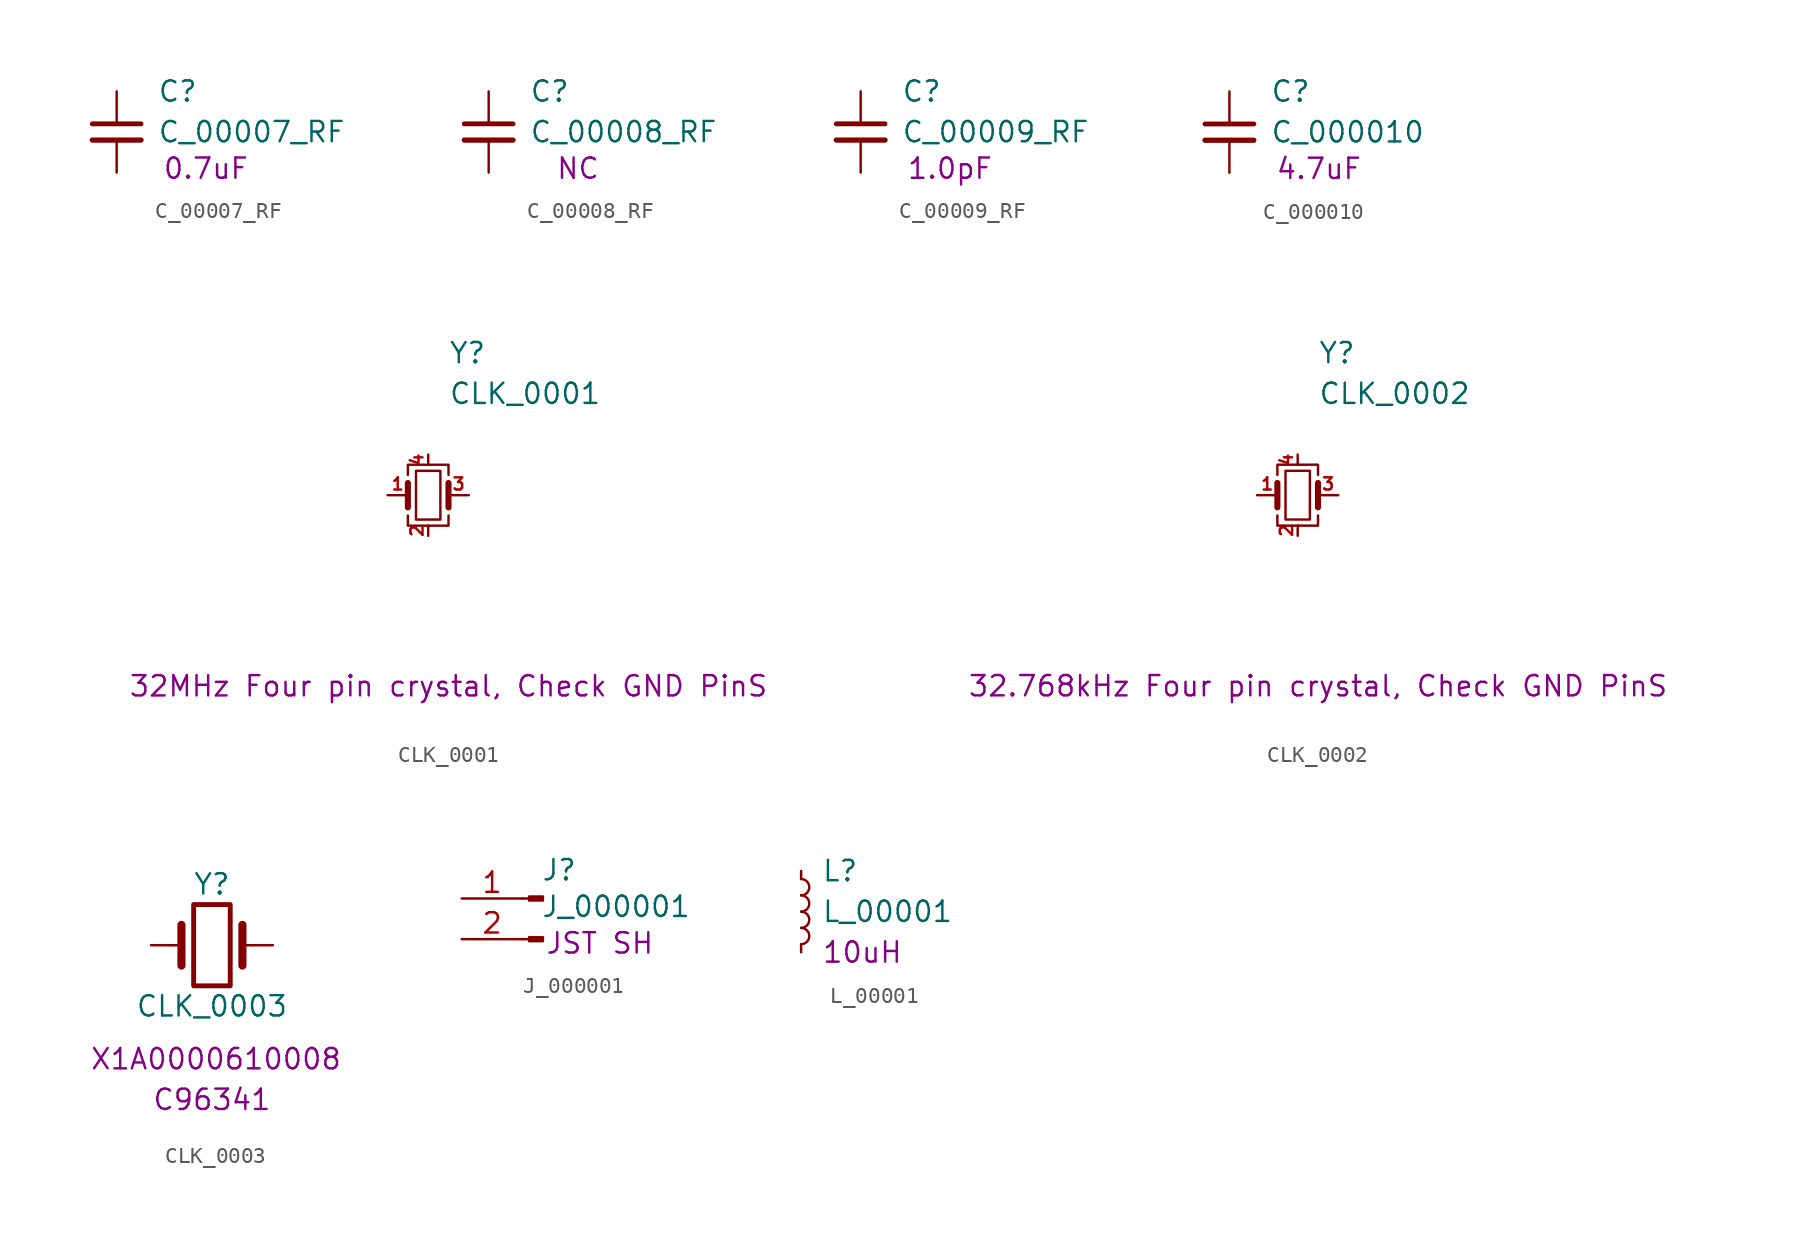
<source format=kicad_sym>
(kicad_symbol_lib
  (version 20231120)
  (generator "kicad_symbol_editor")
  (generator_version "8.0")
  (symbol "C_00007_RF"
    (pin_numbers hide)
    (pin_names
      (offset 0.254))
    (property "Reference" "C"
      (at 2.54 2.54 0)
      (do_not_autoplace)
      (effects (font (size 1.27 1.27)) (justify left)))
    (property "Value" "C_00007_RF"
      (at 2.54 0 0)
      (do_not_autoplace)
      (effects (font (size 1.27 1.27)) (justify left)))
    (property "Description" "0.7uF"
      (at 5.588 -2.286 0)
      (do_not_autoplace)
      (effects (font (size 1.27 1.27))))
    (property "Desc" ""
      (at 2.54 -2.54 0)
      (do_not_autoplace)
      (effects (font (size 1.27 1.27)) (justify left)))
    (symbol "C_00007_RF_0_1"
      (polyline (pts (xy -1.524 -0.508) (xy 1.524 -0.508)) (stroke (width 0.33) (type default)) (fill (type none)))
      (polyline (pts (xy -1.524 0.508) (xy 1.524 0.508)) (stroke (width 0.305) (type default)) (fill (type none))))
    (symbol "C_00007_RF_1_1"
      (pin passive line (at 0 2.54 270) (length 2.032) (name "~" (effects (font (size 1.27 1.27)))) (number "1" (effects (font (size 1.27 1.27)))))
      (pin passive line (at 0 -2.54 90) (length 2.032) (name "~" (effects (font (size 1.27 1.27)))) (number "2" (effects (font (size 1.27 1.27)))))))
  (symbol "C_00008_RF"
    (pin_numbers hide)
    (pin_names
      (offset 0.254))
    (property "Reference" "C"
      (at 2.54 2.54 0)
      (do_not_autoplace)
      (effects (font (size 1.27 1.27)) (justify left)))
    (property "Value" "C_00008_RF"
      (at 2.54 0 0)
      (do_not_autoplace)
      (effects (font (size 1.27 1.27)) (justify left)))
    (property "Description" "NC"
      (at 5.588 -2.286 0)
      (do_not_autoplace)
      (effects (font (size 1.27 1.27))))
    (property "Desc" ""
      (at 2.54 -2.54 0)
      (do_not_autoplace)
      (effects (font (size 1.27 1.27)) (justify left)))
    (symbol "C_00008_RF_0_1"
      (polyline (pts (xy -1.524 -0.508) (xy 1.524 -0.508)) (stroke (width 0.33) (type default)) (fill (type none)))
      (polyline (pts (xy -1.524 0.508) (xy 1.524 0.508)) (stroke (width 0.305) (type default)) (fill (type none))))
    (symbol "C_00008_RF_1_1"
      (pin passive line (at 0 2.54 270) (length 2.032) (name "~" (effects (font (size 1.27 1.27)))) (number "1" (effects (font (size 1.27 1.27)))))
      (pin passive line (at 0 -2.54 90) (length 2.032) (name "~" (effects (font (size 1.27 1.27)))) (number "2" (effects (font (size 1.27 1.27)))))))
  (symbol "C_00009_RF"
    (pin_numbers hide)
    (pin_names
      (offset 0.254))
    (property "Reference" "C"
      (at 2.54 2.54 0)
      (do_not_autoplace)
      (effects (font (size 1.27 1.27)) (justify left)))
    (property "Value" "C_00009_RF"
      (at 2.54 0 0)
      (do_not_autoplace)
      (effects (font (size 1.27 1.27)) (justify left)))
    (property "Description" "1.0pF"
      (at 5.588 -2.286 0)
      (do_not_autoplace)
      (effects (font (size 1.27 1.27))))
    (property "Desc" ""
      (at 2.54 -2.54 0)
      (do_not_autoplace)
      (effects (font (size 1.27 1.27)) (justify left)))
    (symbol "C_00009_RF_0_1"
      (polyline (pts (xy -1.524 -0.508) (xy 1.524 -0.508)) (stroke (width 0.33) (type default)) (fill (type none)))
      (polyline (pts (xy -1.524 0.508) (xy 1.524 0.508)) (stroke (width 0.305) (type default)) (fill (type none))))
    (symbol "C_00009_RF_1_1"
      (pin passive line (at 0 2.54 270) (length 2.032) (name "~" (effects (font (size 1.27 1.27)))) (number "1" (effects (font (size 1.27 1.27)))))
      (pin passive line (at 0 -2.54 90) (length 2.032) (name "~" (effects (font (size 1.27 1.27)))) (number "2" (effects (font (size 1.27 1.27)))))))
  (symbol "C_000010"
    (pin_numbers hide)
    (pin_names
      (offset 0.254))
    (property "Reference" "C"
      (at 2.54 2.54 0)
      (do_not_autoplace)
      (effects (font (size 1.27 1.27)) (justify left)))
    (property "Value" "C_000010"
      (at 2.54 0 0)
      (do_not_autoplace)
      (effects (font (size 1.27 1.27)) (justify left)))
    (property "Description" "4.7uF"
      (at 5.588 -2.286 0)
      (do_not_autoplace)
      (effects (font (size 1.27 1.27))))
    (property "Desc" ""
      (at 2.54 -2.54 0)
      (do_not_autoplace)
      (effects (font (size 1.27 1.27)) (justify left)))
    (symbol "C_000010_0_1"
      (polyline (pts (xy -1.524 -0.508) (xy 1.524 -0.508)) (stroke (width 0.33) (type default)) (fill (type none)))
      (polyline (pts (xy -1.524 0.508) (xy 1.524 0.508)) (stroke (width 0.305) (type default)) (fill (type none))))
    (symbol "C_000010_1_1"
      (pin passive line (at 0 2.54 270) (length 2.032) (name "~" (effects (font (size 1.27 1.27)))) (number "1" (effects (font (size 1.27 1.27)))))
      (pin passive line (at 0 -2.54 90) (length 2.032) (name "~" (effects (font (size 1.27 1.27)))) (number "2" (effects (font (size 1.27 1.27)))))))
  (symbol "CLK_0001"
    (pin_names
      (offset 1.016) hide)
    (property "Reference" "Y"
      (at 1.27 8.89 0)
      (effects (font (size 1.27 1.27)) (justify left)))
    (property "Value" "CLK_0001"
      (at 1.27 6.35 0)
      (effects (font (size 1.27 1.27)) (justify left)))
    (property "Description" "32MHz Four pin crystal, Check GND PinS"
      (at 1.27 -11.938 0)
      (effects (font (size 1.27 1.27))))
    (property "Desc" ""
      (at 1.27 3.81 0)
      (effects (font (size 1.27 1.27)) (justify left)))
    (symbol "CLK_0001_0_1"
      (rectangle (start -0.762 -1.524) (end 0.762 1.524) (stroke (width 0) (type default)) (fill (type none)))
      (polyline (pts (xy -1.27 -0.762) (xy -1.27 0.762)) (stroke (width 0.381) (type default)) (fill (type none)))
      (polyline (pts (xy 1.27 -0.762) (xy 1.27 0.762)) (stroke (width 0.381) (type default)) (fill (type none)))
      (polyline (pts (xy -1.27 -1.27) (xy -1.27 -1.905) (xy 1.27 -1.905) (xy 1.27 -1.27)) (stroke (width 0) (type default)) (fill (type none)))
      (polyline (pts (xy -1.27 1.27) (xy -1.27 1.905) (xy 1.27 1.905) (xy 1.27 1.27)) (stroke (width 0) (type default)) (fill (type none))))
    (symbol "CLK_0001_1_1"
      (pin passive line (at -2.54 0 0) (length 1.27) (name "1" (effects (font (size 1.27 1.27)))) (number "1" (effects (font (size 0.762 0.762)))))
      (pin passive line (at 0 -2.54 90) (length 0.635) (name "2" (effects (font (size 1.27 1.27)))) (number "2" (effects (font (size 0.762 0.762)))))
      (pin passive line (at 2.54 0 180) (length 1.27) (name "3" (effects (font (size 1.27 1.27)))) (number "3" (effects (font (size 0.762 0.762)))))
      (pin passive line (at 0 2.54 270) (length 0.635) (name "4" (effects (font (size 1.27 1.27)))) (number "4" (effects (font (size 0.762 0.762)))))))
  (symbol "CLK_0002"
    (pin_names
      (offset 1.016) hide)
    (property "Reference" "Y"
      (at 1.27 8.89 0)
      (effects (font (size 1.27 1.27)) (justify left)))
    (property "Value" "CLK_0002"
      (at 1.27 6.35 0)
      (effects (font (size 1.27 1.27)) (justify left)))
    (property "Description" "32.768kHz Four pin crystal, Check GND PinS"
      (at 1.27 -11.938 0)
      (effects (font (size 1.27 1.27))))
    (property "Desc" ""
      (at 1.27 3.81 0)
      (effects (font (size 1.27 1.27)) (justify left)))
    (symbol "CLK_0002_0_1"
      (rectangle (start -0.762 -1.524) (end 0.762 1.524) (stroke (width 0) (type default)) (fill (type none)))
      (polyline (pts (xy -1.27 -0.762) (xy -1.27 0.762)) (stroke (width 0.381) (type default)) (fill (type none)))
      (polyline (pts (xy 1.27 -0.762) (xy 1.27 0.762)) (stroke (width 0.381) (type default)) (fill (type none)))
      (polyline (pts (xy -1.27 -1.27) (xy -1.27 -1.905) (xy 1.27 -1.905) (xy 1.27 -1.27)) (stroke (width 0) (type default)) (fill (type none)))
      (polyline (pts (xy -1.27 1.27) (xy -1.27 1.905) (xy 1.27 1.905) (xy 1.27 1.27)) (stroke (width 0) (type default)) (fill (type none))))
    (symbol "CLK_0002_1_1"
      (pin passive line (at -2.54 0 0) (length 1.27) (name "1" (effects (font (size 1.27 1.27)))) (number "1" (effects (font (size 0.762 0.762)))))
      (pin passive line (at 0 -2.54 90) (length 0.635) (name "2" (effects (font (size 1.27 1.27)))) (number "2" (effects (font (size 0.762 0.762)))))
      (pin passive line (at 2.54 0 180) (length 1.27) (name "3" (effects (font (size 1.27 1.27)))) (number "3" (effects (font (size 0.762 0.762)))))
      (pin passive line (at 0 2.54 270) (length 0.635) (name "4" (effects (font (size 1.27 1.27)))) (number "4" (effects (font (size 0.762 0.762)))))))
  (symbol "CLK_0003"
    (pin_numbers hide)
    (pin_names
      (offset 1.016) hide)
    (property "Reference" "Y"
      (at 0 3.81 0)
      (effects (font (size 1.27 1.27))))
    (property "Value" "CLK_0003"
      (at 0 -3.81 0)
      (effects (font (size 1.27 1.27))))
    (property "MFN PNs" "X1A0000610008"
      (at 0.254 -7.112 0)
      (effects (font (size 1.27 1.27))))
    (property "LCSC PNs" "C96341"
      (at 0 -9.652 0)
      (effects (font (size 1.27 1.27))))
    (symbol "CLK_0003_0_1"
      (rectangle (start -1.143 2.54) (end 1.143 -2.54) (stroke (width 0.305) (type default)) (fill (type none)))
      (polyline (pts (xy -2.54 0) (xy -1.905 0)) (stroke (width 0) (type default)) (fill (type none)))
      (polyline (pts (xy -1.905 -1.27) (xy -1.905 1.27)) (stroke (width 0.508) (type default)) (fill (type none)))
      (polyline (pts (xy 1.905 -1.27) (xy 1.905 1.27)) (stroke (width 0.508) (type default)) (fill (type none)))
      (polyline (pts (xy 2.54 0) (xy 1.905 0)) (stroke (width 0) (type default)) (fill (type none))))
    (symbol "CLK_0003_1_1"
      (pin passive line (at -3.81 0 0) (length 1.27) (name "1" (effects (font (size 1.27 1.27)))) (number "1" (effects (font (size 1.27 1.27)))))
      (pin passive line (at 3.81 0 180) (length 1.27) (name "2" (effects (font (size 1.27 1.27)))) (number "2" (effects (font (size 1.27 1.27)))))))
  (symbol "J_000001"
    (property "Reference" "J"
      (at 4.826 6.858 0)
      (effects (font (size 1.27 1.27))))
    (property "Value" "J_000001"
      (at 8.382 4.572 0)
      (effects (font (size 1.27 1.27))))
    (property "Desc" "JST SH"
      (at 7.366 2.286 0)
      (effects (font (size 1.27 1.27))))
    (symbol "J_000001_1_1"
      (polyline (pts (xy 2.54 2.54) (xy 2.946 2.54)) (stroke (width 0.152) (type default)) (fill (type none)))
      (polyline (pts (xy 2.54 5.08) (xy 2.946 5.08)) (stroke (width 0.152) (type default)) (fill (type none)))
      (rectangle (start 2.946 2.667) (end 3.81 2.413) (stroke (width 0.152) (type default)) (fill (type outline)))
      (rectangle (start 3.81 4.953) (end 2.946 5.207) (stroke (width 0.152) (type default)) (fill (type outline)))
      (pin passive line (at -1.27 5.08 0) (length 3.81) (name "" (effects (font (size 1.27 1.27)))) (number "1" (effects (font (size 1.27 1.27)))))
      (pin passive line (at -1.27 2.54 0) (length 3.81) (name "" (effects (font (size 1.27 1.27)))) (number "2" (effects (font (size 1.27 1.27)))))))
  (symbol "L_00001"
    (pin_numbers hide)
    (pin_names
      (offset 0.254) hide)
    (property "Reference" "L"
      (at 1.27 2.54 0)
      (effects (font (size 1.27 1.27)) (justify left)))
    (property "Value" "L_00001"
      (at 1.27 0 0)
      (effects (font (size 1.27 1.27)) (justify left)))
    (property "Desc" "10uH"
      (at 1.27 -2.54 0)
      (effects (font (size 1.27 1.27)) (justify left)))
    (symbol "L_00001_0_1"
      (arc (start 0 -2.032) (mid 0.5058 -1.524) (end 0 -1.016) (stroke (width 0) (type default)) (fill (type none)))
      (arc (start 0 -1.016) (mid 0.5058 -0.508) (end 0 0) (stroke (width 0) (type default)) (fill (type none)))
      (arc (start 0 0) (mid 0.5058 0.508) (end 0 1.016) (stroke (width 0) (type default)) (fill (type none)))
      (arc (start 0 1.016) (mid 0.5058 1.524) (end 0 2.032) (stroke (width 0) (type default)) (fill (type none))))
    (symbol "L_00001_1_1"
      (pin passive line (at 0 2.54 270) (length 0.508) (name "~" (effects (font (size 1.27 1.27)))) (number "1" (effects (font (size 1.27 1.27)))))
      (pin passive line (at 0 -2.54 90) (length 0.508) (name "~" (effects (font (size 1.27 1.27)))) (number "2" (effects (font (size 1.27 1.27))))))))
</source>
